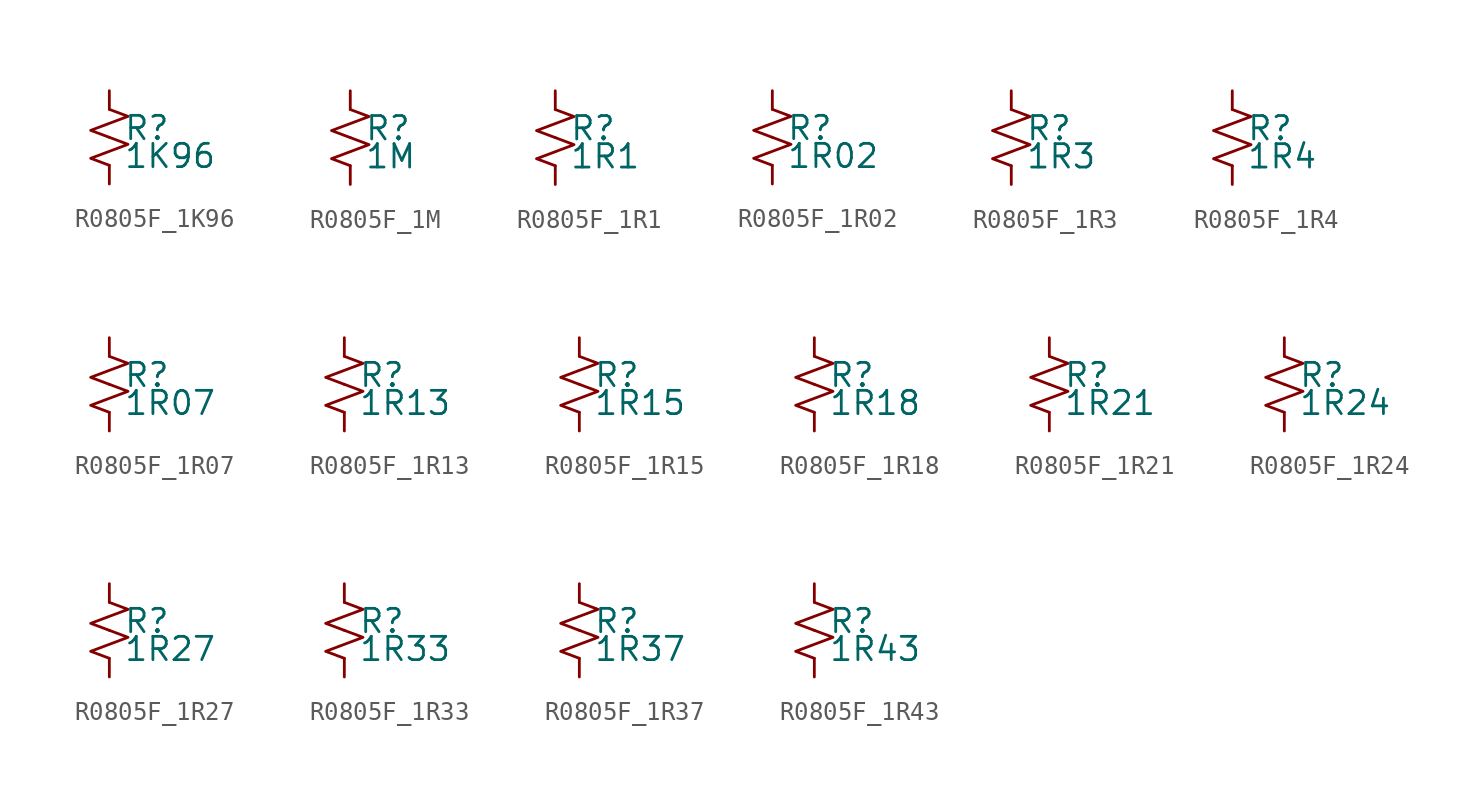
<source format=kicad_sym>
(kicad_symbol_lib
  (version 20220914)
  (generator kicad_symbol_editor)
  (symbol "R0805F_1K96"
    (pin_numbers hide)
    (pin_names
      (offset 0.254) hide)
    (property "Reference" "R"
      (at 0.762 0.508 0)
      (effects (font (size 1.27 1.27)) (justify left)))
    (property "Value" "1K96"
      (at 0.762 -1.016 0)
      (effects (font (size 1.27 1.27)) (justify left)))
    (symbol "R0805F_1K96_1_1"
      (polyline (pts (xy 0 0) (xy 1.016 -0.381) (xy 0 -0.762) (xy -1.016 -1.143) (xy 0 -1.524)) (stroke (width 0) (type default)) (fill (type none)))
      (polyline (pts (xy 0 1.524) (xy 1.016 1.143) (xy 0 0.762) (xy -1.016 0.381) (xy 0 0)) (stroke (width 0) (type default)) (fill (type none)))
      (pin passive line (at 0 2.54 270) (length 1.016) (name "~" (effects (font (size 1.27 1.27)))) (number "1" (effects (font (size 1.27 1.27)))))
      (pin passive line (at 0 -2.54 90) (length 1.016) (name "~" (effects (font (size 1.27 1.27)))) (number "2" (effects (font (size 1.27 1.27)))))))
  (symbol "R0805F_1M"
    (pin_numbers hide)
    (pin_names
      (offset 0.254) hide)
    (property "Reference" "R"
      (at 0.762 0.508 0)
      (effects (font (size 1.27 1.27)) (justify left)))
    (property "Value" "1M"
      (at 0.762 -1.016 0)
      (effects (font (size 1.27 1.27)) (justify left)))
    (symbol "R0805F_1M_1_1"
      (polyline (pts (xy 0 0) (xy 1.016 -0.381) (xy 0 -0.762) (xy -1.016 -1.143) (xy 0 -1.524)) (stroke (width 0) (type default)) (fill (type none)))
      (polyline (pts (xy 0 1.524) (xy 1.016 1.143) (xy 0 0.762) (xy -1.016 0.381) (xy 0 0)) (stroke (width 0) (type default)) (fill (type none)))
      (pin passive line (at 0 2.54 270) (length 1.016) (name "~" (effects (font (size 1.27 1.27)))) (number "1" (effects (font (size 1.27 1.27)))))
      (pin passive line (at 0 -2.54 90) (length 1.016) (name "~" (effects (font (size 1.27 1.27)))) (number "2" (effects (font (size 1.27 1.27)))))))
  (symbol "R0805F_1R1"
    (pin_numbers hide)
    (pin_names
      (offset 0.254) hide)
    (property "Reference" "R"
      (at 0.762 0.508 0)
      (effects (font (size 1.27 1.27)) (justify left)))
    (property "Value" "1R1"
      (at 0.762 -1.016 0)
      (effects (font (size 1.27 1.27)) (justify left)))
    (symbol "R0805F_1R1_1_1"
      (polyline (pts (xy 0 0) (xy 1.016 -0.381) (xy 0 -0.762) (xy -1.016 -1.143) (xy 0 -1.524)) (stroke (width 0) (type default)) (fill (type none)))
      (polyline (pts (xy 0 1.524) (xy 1.016 1.143) (xy 0 0.762) (xy -1.016 0.381) (xy 0 0)) (stroke (width 0) (type default)) (fill (type none)))
      (pin passive line (at 0 2.54 270) (length 1.016) (name "~" (effects (font (size 1.27 1.27)))) (number "1" (effects (font (size 1.27 1.27)))))
      (pin passive line (at 0 -2.54 90) (length 1.016) (name "~" (effects (font (size 1.27 1.27)))) (number "2" (effects (font (size 1.27 1.27)))))))
  (symbol "R0805F_1R02"
    (pin_numbers hide)
    (pin_names
      (offset 0.254) hide)
    (property "Reference" "R"
      (at 0.762 0.508 0)
      (effects (font (size 1.27 1.27)) (justify left)))
    (property "Value" "1R02"
      (at 0.762 -1.016 0)
      (effects (font (size 1.27 1.27)) (justify left)))
    (symbol "R0805F_1R02_1_1"
      (polyline (pts (xy 0 0) (xy 1.016 -0.381) (xy 0 -0.762) (xy -1.016 -1.143) (xy 0 -1.524)) (stroke (width 0) (type default)) (fill (type none)))
      (polyline (pts (xy 0 1.524) (xy 1.016 1.143) (xy 0 0.762) (xy -1.016 0.381) (xy 0 0)) (stroke (width 0) (type default)) (fill (type none)))
      (pin passive line (at 0 2.54 270) (length 1.016) (name "~" (effects (font (size 1.27 1.27)))) (number "1" (effects (font (size 1.27 1.27)))))
      (pin passive line (at 0 -2.54 90) (length 1.016) (name "~" (effects (font (size 1.27 1.27)))) (number "2" (effects (font (size 1.27 1.27)))))))
  (symbol "R0805F_1R3"
    (pin_numbers hide)
    (pin_names
      (offset 0.254) hide)
    (property "Reference" "R"
      (at 0.762 0.508 0)
      (effects (font (size 1.27 1.27)) (justify left)))
    (property "Value" "1R3"
      (at 0.762 -1.016 0)
      (effects (font (size 1.27 1.27)) (justify left)))
    (symbol "R0805F_1R3_1_1"
      (polyline (pts (xy 0 0) (xy 1.016 -0.381) (xy 0 -0.762) (xy -1.016 -1.143) (xy 0 -1.524)) (stroke (width 0) (type default)) (fill (type none)))
      (polyline (pts (xy 0 1.524) (xy 1.016 1.143) (xy 0 0.762) (xy -1.016 0.381) (xy 0 0)) (stroke (width 0) (type default)) (fill (type none)))
      (pin passive line (at 0 2.54 270) (length 1.016) (name "~" (effects (font (size 1.27 1.27)))) (number "1" (effects (font (size 1.27 1.27)))))
      (pin passive line (at 0 -2.54 90) (length 1.016) (name "~" (effects (font (size 1.27 1.27)))) (number "2" (effects (font (size 1.27 1.27)))))))
  (symbol "R0805F_1R4"
    (pin_numbers hide)
    (pin_names
      (offset 0.254) hide)
    (property "Reference" "R"
      (at 0.762 0.508 0)
      (effects (font (size 1.27 1.27)) (justify left)))
    (property "Value" "1R4"
      (at 0.762 -1.016 0)
      (effects (font (size 1.27 1.27)) (justify left)))
    (symbol "R0805F_1R4_1_1"
      (polyline (pts (xy 0 0) (xy 1.016 -0.381) (xy 0 -0.762) (xy -1.016 -1.143) (xy 0 -1.524)) (stroke (width 0) (type default)) (fill (type none)))
      (polyline (pts (xy 0 1.524) (xy 1.016 1.143) (xy 0 0.762) (xy -1.016 0.381) (xy 0 0)) (stroke (width 0) (type default)) (fill (type none)))
      (pin passive line (at 0 2.54 270) (length 1.016) (name "~" (effects (font (size 1.27 1.27)))) (number "1" (effects (font (size 1.27 1.27)))))
      (pin passive line (at 0 -2.54 90) (length 1.016) (name "~" (effects (font (size 1.27 1.27)))) (number "2" (effects (font (size 1.27 1.27)))))))
  (symbol "R0805F_1R07"
    (pin_numbers hide)
    (pin_names
      (offset 0.254) hide)
    (property "Reference" "R"
      (at 0.762 0.508 0)
      (effects (font (size 1.27 1.27)) (justify left)))
    (property "Value" "1R07"
      (at 0.762 -1.016 0)
      (effects (font (size 1.27 1.27)) (justify left)))
    (symbol "R0805F_1R07_1_1"
      (polyline (pts (xy 0 0) (xy 1.016 -0.381) (xy 0 -0.762) (xy -1.016 -1.143) (xy 0 -1.524)) (stroke (width 0) (type default)) (fill (type none)))
      (polyline (pts (xy 0 1.524) (xy 1.016 1.143) (xy 0 0.762) (xy -1.016 0.381) (xy 0 0)) (stroke (width 0) (type default)) (fill (type none)))
      (pin passive line (at 0 2.54 270) (length 1.016) (name "~" (effects (font (size 1.27 1.27)))) (number "1" (effects (font (size 1.27 1.27)))))
      (pin passive line (at 0 -2.54 90) (length 1.016) (name "~" (effects (font (size 1.27 1.27)))) (number "2" (effects (font (size 1.27 1.27)))))))
  (symbol "R0805F_1R13"
    (pin_numbers hide)
    (pin_names
      (offset 0.254) hide)
    (property "Reference" "R"
      (at 0.762 0.508 0)
      (effects (font (size 1.27 1.27)) (justify left)))
    (property "Value" "1R13"
      (at 0.762 -1.016 0)
      (effects (font (size 1.27 1.27)) (justify left)))
    (symbol "R0805F_1R13_1_1"
      (polyline (pts (xy 0 0) (xy 1.016 -0.381) (xy 0 -0.762) (xy -1.016 -1.143) (xy 0 -1.524)) (stroke (width 0) (type default)) (fill (type none)))
      (polyline (pts (xy 0 1.524) (xy 1.016 1.143) (xy 0 0.762) (xy -1.016 0.381) (xy 0 0)) (stroke (width 0) (type default)) (fill (type none)))
      (pin passive line (at 0 2.54 270) (length 1.016) (name "~" (effects (font (size 1.27 1.27)))) (number "1" (effects (font (size 1.27 1.27)))))
      (pin passive line (at 0 -2.54 90) (length 1.016) (name "~" (effects (font (size 1.27 1.27)))) (number "2" (effects (font (size 1.27 1.27)))))))
  (symbol "R0805F_1R15"
    (pin_numbers hide)
    (pin_names
      (offset 0.254) hide)
    (property "Reference" "R"
      (at 0.762 0.508 0)
      (effects (font (size 1.27 1.27)) (justify left)))
    (property "Value" "1R15"
      (at 0.762 -1.016 0)
      (effects (font (size 1.27 1.27)) (justify left)))
    (symbol "R0805F_1R15_1_1"
      (polyline (pts (xy 0 0) (xy 1.016 -0.381) (xy 0 -0.762) (xy -1.016 -1.143) (xy 0 -1.524)) (stroke (width 0) (type default)) (fill (type none)))
      (polyline (pts (xy 0 1.524) (xy 1.016 1.143) (xy 0 0.762) (xy -1.016 0.381) (xy 0 0)) (stroke (width 0) (type default)) (fill (type none)))
      (pin passive line (at 0 2.54 270) (length 1.016) (name "~" (effects (font (size 1.27 1.27)))) (number "1" (effects (font (size 1.27 1.27)))))
      (pin passive line (at 0 -2.54 90) (length 1.016) (name "~" (effects (font (size 1.27 1.27)))) (number "2" (effects (font (size 1.27 1.27)))))))
  (symbol "R0805F_1R18"
    (pin_numbers hide)
    (pin_names
      (offset 0.254) hide)
    (property "Reference" "R"
      (at 0.762 0.508 0)
      (effects (font (size 1.27 1.27)) (justify left)))
    (property "Value" "1R18"
      (at 0.762 -1.016 0)
      (effects (font (size 1.27 1.27)) (justify left)))
    (symbol "R0805F_1R18_1_1"
      (polyline (pts (xy 0 0) (xy 1.016 -0.381) (xy 0 -0.762) (xy -1.016 -1.143) (xy 0 -1.524)) (stroke (width 0) (type default)) (fill (type none)))
      (polyline (pts (xy 0 1.524) (xy 1.016 1.143) (xy 0 0.762) (xy -1.016 0.381) (xy 0 0)) (stroke (width 0) (type default)) (fill (type none)))
      (pin passive line (at 0 2.54 270) (length 1.016) (name "~" (effects (font (size 1.27 1.27)))) (number "1" (effects (font (size 1.27 1.27)))))
      (pin passive line (at 0 -2.54 90) (length 1.016) (name "~" (effects (font (size 1.27 1.27)))) (number "2" (effects (font (size 1.27 1.27)))))))
  (symbol "R0805F_1R21"
    (pin_numbers hide)
    (pin_names
      (offset 0.254) hide)
    (property "Reference" "R"
      (at 0.762 0.508 0)
      (effects (font (size 1.27 1.27)) (justify left)))
    (property "Value" "1R21"
      (at 0.762 -1.016 0)
      (effects (font (size 1.27 1.27)) (justify left)))
    (symbol "R0805F_1R21_1_1"
      (polyline (pts (xy 0 0) (xy 1.016 -0.381) (xy 0 -0.762) (xy -1.016 -1.143) (xy 0 -1.524)) (stroke (width 0) (type default)) (fill (type none)))
      (polyline (pts (xy 0 1.524) (xy 1.016 1.143) (xy 0 0.762) (xy -1.016 0.381) (xy 0 0)) (stroke (width 0) (type default)) (fill (type none)))
      (pin passive line (at 0 2.54 270) (length 1.016) (name "~" (effects (font (size 1.27 1.27)))) (number "1" (effects (font (size 1.27 1.27)))))
      (pin passive line (at 0 -2.54 90) (length 1.016) (name "~" (effects (font (size 1.27 1.27)))) (number "2" (effects (font (size 1.27 1.27)))))))
  (symbol "R0805F_1R24"
    (pin_numbers hide)
    (pin_names
      (offset 0.254) hide)
    (property "Reference" "R"
      (at 0.762 0.508 0)
      (effects (font (size 1.27 1.27)) (justify left)))
    (property "Value" "1R24"
      (at 0.762 -1.016 0)
      (effects (font (size 1.27 1.27)) (justify left)))
    (symbol "R0805F_1R24_1_1"
      (polyline (pts (xy 0 0) (xy 1.016 -0.381) (xy 0 -0.762) (xy -1.016 -1.143) (xy 0 -1.524)) (stroke (width 0) (type default)) (fill (type none)))
      (polyline (pts (xy 0 1.524) (xy 1.016 1.143) (xy 0 0.762) (xy -1.016 0.381) (xy 0 0)) (stroke (width 0) (type default)) (fill (type none)))
      (pin passive line (at 0 2.54 270) (length 1.016) (name "~" (effects (font (size 1.27 1.27)))) (number "1" (effects (font (size 1.27 1.27)))))
      (pin passive line (at 0 -2.54 90) (length 1.016) (name "~" (effects (font (size 1.27 1.27)))) (number "2" (effects (font (size 1.27 1.27)))))))
  (symbol "R0805F_1R27"
    (pin_numbers hide)
    (pin_names
      (offset 0.254) hide)
    (property "Reference" "R"
      (at 0.762 0.508 0)
      (effects (font (size 1.27 1.27)) (justify left)))
    (property "Value" "1R27"
      (at 0.762 -1.016 0)
      (effects (font (size 1.27 1.27)) (justify left)))
    (symbol "R0805F_1R27_1_1"
      (polyline (pts (xy 0 0) (xy 1.016 -0.381) (xy 0 -0.762) (xy -1.016 -1.143) (xy 0 -1.524)) (stroke (width 0) (type default)) (fill (type none)))
      (polyline (pts (xy 0 1.524) (xy 1.016 1.143) (xy 0 0.762) (xy -1.016 0.381) (xy 0 0)) (stroke (width 0) (type default)) (fill (type none)))
      (pin passive line (at 0 2.54 270) (length 1.016) (name "~" (effects (font (size 1.27 1.27)))) (number "1" (effects (font (size 1.27 1.27)))))
      (pin passive line (at 0 -2.54 90) (length 1.016) (name "~" (effects (font (size 1.27 1.27)))) (number "2" (effects (font (size 1.27 1.27)))))))
  (symbol "R0805F_1R33"
    (pin_numbers hide)
    (pin_names
      (offset 0.254) hide)
    (property "Reference" "R"
      (at 0.762 0.508 0)
      (effects (font (size 1.27 1.27)) (justify left)))
    (property "Value" "1R33"
      (at 0.762 -1.016 0)
      (effects (font (size 1.27 1.27)) (justify left)))
    (symbol "R0805F_1R33_1_1"
      (polyline (pts (xy 0 0) (xy 1.016 -0.381) (xy 0 -0.762) (xy -1.016 -1.143) (xy 0 -1.524)) (stroke (width 0) (type default)) (fill (type none)))
      (polyline (pts (xy 0 1.524) (xy 1.016 1.143) (xy 0 0.762) (xy -1.016 0.381) (xy 0 0)) (stroke (width 0) (type default)) (fill (type none)))
      (pin passive line (at 0 2.54 270) (length 1.016) (name "~" (effects (font (size 1.27 1.27)))) (number "1" (effects (font (size 1.27 1.27)))))
      (pin passive line (at 0 -2.54 90) (length 1.016) (name "~" (effects (font (size 1.27 1.27)))) (number "2" (effects (font (size 1.27 1.27)))))))
  (symbol "R0805F_1R37"
    (pin_numbers hide)
    (pin_names
      (offset 0.254) hide)
    (property "Reference" "R"
      (at 0.762 0.508 0)
      (effects (font (size 1.27 1.27)) (justify left)))
    (property "Value" "1R37"
      (at 0.762 -1.016 0)
      (effects (font (size 1.27 1.27)) (justify left)))
    (symbol "R0805F_1R37_1_1"
      (polyline (pts (xy 0 0) (xy 1.016 -0.381) (xy 0 -0.762) (xy -1.016 -1.143) (xy 0 -1.524)) (stroke (width 0) (type default)) (fill (type none)))
      (polyline (pts (xy 0 1.524) (xy 1.016 1.143) (xy 0 0.762) (xy -1.016 0.381) (xy 0 0)) (stroke (width 0) (type default)) (fill (type none)))
      (pin passive line (at 0 2.54 270) (length 1.016) (name "~" (effects (font (size 1.27 1.27)))) (number "1" (effects (font (size 1.27 1.27)))))
      (pin passive line (at 0 -2.54 90) (length 1.016) (name "~" (effects (font (size 1.27 1.27)))) (number "2" (effects (font (size 1.27 1.27)))))))
  (symbol "R0805F_1R43"
    (pin_numbers hide)
    (pin_names
      (offset 0.254) hide)
    (property "Reference" "R"
      (at 0.762 0.508 0)
      (effects (font (size 1.27 1.27)) (justify left)))
    (property "Value" "1R43"
      (at 0.762 -1.016 0)
      (effects (font (size 1.27 1.27)) (justify left)))
    (symbol "R0805F_1R43_1_1"
      (polyline (pts (xy 0 0) (xy 1.016 -0.381) (xy 0 -0.762) (xy -1.016 -1.143) (xy 0 -1.524)) (stroke (width 0) (type default)) (fill (type none)))
      (polyline (pts (xy 0 1.524) (xy 1.016 1.143) (xy 0 0.762) (xy -1.016 0.381) (xy 0 0)) (stroke (width 0) (type default)) (fill (type none)))
      (pin passive line (at 0 2.54 270) (length 1.016) (name "~" (effects (font (size 1.27 1.27)))) (number "1" (effects (font (size 1.27 1.27)))))
      (pin passive line (at 0 -2.54 90) (length 1.016) (name "~" (effects (font (size 1.27 1.27)))) (number "2" (effects (font (size 1.27 1.27))))))))
</source>
